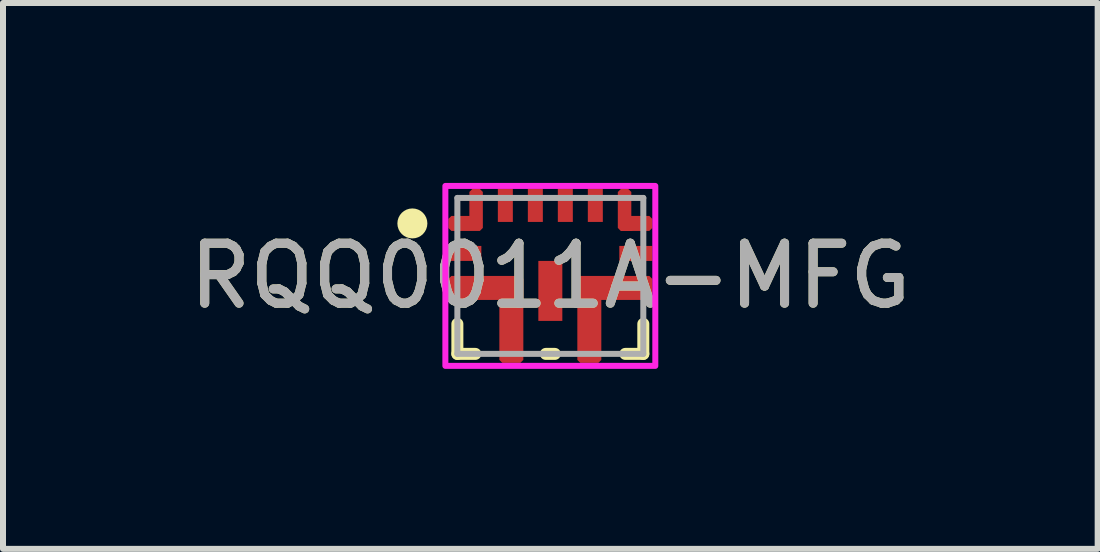
<source format=kicad_pcb>
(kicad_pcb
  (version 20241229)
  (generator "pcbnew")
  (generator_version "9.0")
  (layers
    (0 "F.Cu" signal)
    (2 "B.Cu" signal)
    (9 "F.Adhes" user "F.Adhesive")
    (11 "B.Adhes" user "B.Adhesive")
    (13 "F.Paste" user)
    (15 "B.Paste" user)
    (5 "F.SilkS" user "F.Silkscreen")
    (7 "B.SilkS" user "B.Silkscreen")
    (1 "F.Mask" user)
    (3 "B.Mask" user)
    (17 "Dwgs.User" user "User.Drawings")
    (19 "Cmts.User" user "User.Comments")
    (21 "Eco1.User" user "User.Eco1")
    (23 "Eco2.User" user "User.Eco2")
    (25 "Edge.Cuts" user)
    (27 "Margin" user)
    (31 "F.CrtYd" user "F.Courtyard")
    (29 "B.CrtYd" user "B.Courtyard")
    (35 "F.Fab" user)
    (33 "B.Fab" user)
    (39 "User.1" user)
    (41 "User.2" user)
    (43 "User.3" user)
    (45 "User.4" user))
  (footprint "RQQ0011A-MFG"
    (layer "F.Cu")
    (at 6.125 1.55)
    (property "Reference" "RQQ0011A-MFG" (at 0 0 0) (unlocked yes) (layer "F.SilkS") (effects (font (size 1 1) (thickness 0.15))))
    (attr smd)
    (fp_poly (pts (xy -1.35 -1) (xy -1.35 -1.4) (xy -1.3 -1.45) (xy -1.175 -1.45) (xy -1.125 -1.4) (xy -1.125 -0.8) (xy -1.175 -0.75) (xy -1.65 -0.75) (xy -1.7 -0.8) (xy -1.7 -0.95) (xy -1.65 -1)) (stroke (width 0) (type solid)) (fill yes) (layer "F.Mask"))
    (fp_poly (pts (xy -0.85 0.4) (xy -1.65 0.4) (xy -1.7 0.35) (xy -1.7 0.05) (xy -1.65 0) (xy -0.5 0) (xy -0.45 0.05) (xy -0.45 1.4) (xy -0.5 1.45) (xy -0.8 1.45) (xy -0.85 1.4)) (stroke (width 0) (type solid)) (fill yes) (layer "F.Mask"))
    (fp_line (start -1.55 1.3) (end -1.55 0.8) (stroke (width 0.2) (type solid)) (layer "F.SilkS"))
    (fp_line (start -1.55 1.3) (end -1.25 1.3) (stroke (width 0.2) (type solid)) (layer "F.SilkS"))
    (fp_line (start -0.075 1.3) (end 0.075 1.3) (stroke (width 0.2) (type solid)) (layer "F.SilkS"))
    (fp_line (start 1.25 1.3) (end 1.55 1.3) (stroke (width 0.2) (type solid)) (layer "F.SilkS"))
    (fp_line (start 1.55 1.3) (end 1.55 0.8) (stroke (width 0.2) (type solid)) (layer "F.SilkS"))
    (fp_circle (center -2.3 -0.875) (end -2.175 -0.875) (stroke (width 0.25) (type solid)) (fill no) (layer "F.SilkS"))
    (fp_poly (pts (xy -1.35 -1) (xy -1.35 -1.4) (xy -1.3 -1.45) (xy -1.175 -1.45) (xy -1.125 -1.4) (xy -1.125 -0.8) (xy -1.175 -0.75) (xy -1.65 -0.75) (xy -1.7 -0.8) (xy -1.7 -0.95) (xy -1.65 -1)) (stroke (width 0) (type solid)) (fill yes) (layer "F.Paste"))
    (fp_poly (pts (xy -0.8 0.35) (xy -0.8 1.4) (xy -0.75 1.45) (xy -0.5 1.45) (xy -0.45 1.4) (xy -0.45 0.05) (xy -0.5 0) (xy -1.65 0) (xy -1.7 0.05) (xy -1.7 0.3) (xy -1.65 0.35)) (stroke (width 0) (type solid)) (fill yes) (layer "F.Paste"))
    (fp_poly (pts (xy 0.8 0.35) (xy 0.8 1.4) (xy 0.75 1.45) (xy 0.5 1.45) (xy 0.45 1.4) (xy 0.45 0.05) (xy 0.5 0) (xy 1.65 0) (xy 1.7 0.05) (xy 1.7 0.3) (xy 1.65 0.35)) (stroke (width 0) (type solid)) (fill yes) (layer "F.Paste"))
    (fp_rect (start -1.75 -1.5) (end 1.75 1.5) (stroke (width 0.1) (type default)) (fill no) (layer "F.CrtYd"))
    (fp_line (start -1.55 -1.3) (end 1.55 -1.3) (stroke (width 0.1) (type solid)) (layer "F.Fab"))
    (fp_line (start -1.55 1.3) (end -1.55 -1.3) (stroke (width 0.1) (type solid)) (layer "F.Fab"))
    (fp_line (start -1.55 1.3) (end 1.55 1.3) (stroke (width 0.1) (type solid)) (layer "F.Fab"))
    (fp_line (start 1.55 1.3) (end 1.55 -1.3) (stroke (width 0.1) (type solid)) (layer "F.Fab"))
    (fp_text user "${REFERENCE}" (at 0 0 0) (unlocked yes) (layer "F.Fab") (effects (font (size 1 1) (thickness 0.15))))
    (pad "1" smd custom (at -1.269 -0.894) (size 0.241 0.241) (layers "F.Cu" "F.Mask" "F.Paste") (options (anchor circle)) (primitives (gr_poly (pts (xy -0.081 -0.106) (xy -0.381 -0.106) (xy -0.431 -0.056) (xy -0.431 0.094) (xy -0.381 0.144) (xy 0.094 0.144) (xy 0.144 0.094) (xy 0.144 -0.506) (xy 0.094 -0.556) (xy -0.031 -0.556) (xy -0.081 -0.506)) (width 0) (fill yes))))
    (pad "2" smd rect (at -1.425 -0.375 90) (size 0.25 0.55) (layers "F.Cu" "F.Mask" "F.Paste"))
    (pad "3" smd custom (at -0.684 0.278) (size 0.37 0.37) (layers "F.Cu" "F.Mask") (options (anchor circle)) (primitives (gr_poly (pts (xy -0.166 0.122) (xy -0.166 1.122) (xy -0.116 1.172) (xy 0.184 1.172) (xy 0.234 1.122) (xy 0.234 -0.228) (xy 0.184 -0.278) (xy -0.966 -0.278) (xy -1.016 -0.228) (xy -1.016 0.072) (xy -0.966 0.122)) (width 0) (fill yes))))
    (pad "4" smd rect (at 0 0.25) (size 0.4 1) (layers "F.Cu" "F.Mask" "F.Paste"))
    (pad "5" smd custom (at 0.684 0.278) (size 0.37 0.37) (layers "F.Cu" "F.Mask") (options (anchor circle)) (primitives (gr_poly (pts (xy 0.166 0.122) (xy 0.166 1.122) (xy 0.116 1.172) (xy -0.184 1.172) (xy -0.234 1.122) (xy -0.234 -0.228) (xy -0.184 -0.278) (xy 0.966 -0.278) (xy 1.016 -0.228) (xy 1.016 0.072) (xy 0.966 0.122)) (width 0) (fill yes))))
    (pad "6" smd rect (at 1.425 -0.375 90) (size 0.25 0.55) (layers "F.Cu" "F.Mask" "F.Paste"))
    (pad "7" smd custom (at 1.35 -0.89) (size 0.3 0.181) (layers "F.Cu" "F.Mask" "F.Paste") (options (anchor rect)) (primitives (gr_poly (pts (xy 0 -0.11) (xy 0.3 -0.11) (xy 0.35 -0.06) (xy 0.35 0.09) (xy 0.3 0.14) (xy -0.175 0.141) (xy -0.225 0.09) (xy -0.225 -0.509) (xy -0.175 -0.559) (xy -0.05 -0.559) (xy 0 -0.509)) (width 0) (fill yes))))
    (pad "8" smd rect (at 0.75 -1.175) (size 0.25 0.55) (layers "F.Cu" "F.Mask" "F.Paste"))
    (pad "9" smd rect (at 0.25 -1.175) (size 0.25 0.55) (layers "F.Cu" "F.Mask" "F.Paste"))
    (pad "10" smd rect (at -0.25 -1.175) (size 0.25 0.55) (layers "F.Cu" "F.Mask" "F.Paste"))
    (pad "11" smd rect (at -0.75 -1.175) (size 0.25 0.55) (layers "F.Cu" "F.Mask" "F.Paste")))
  (gr_rect
    (start -3 -3)
    (end 15.25 6.1)
    (stroke (width 0.1) (type default))
    (fill no)
    (layer "Edge.Cuts")))
</source>
